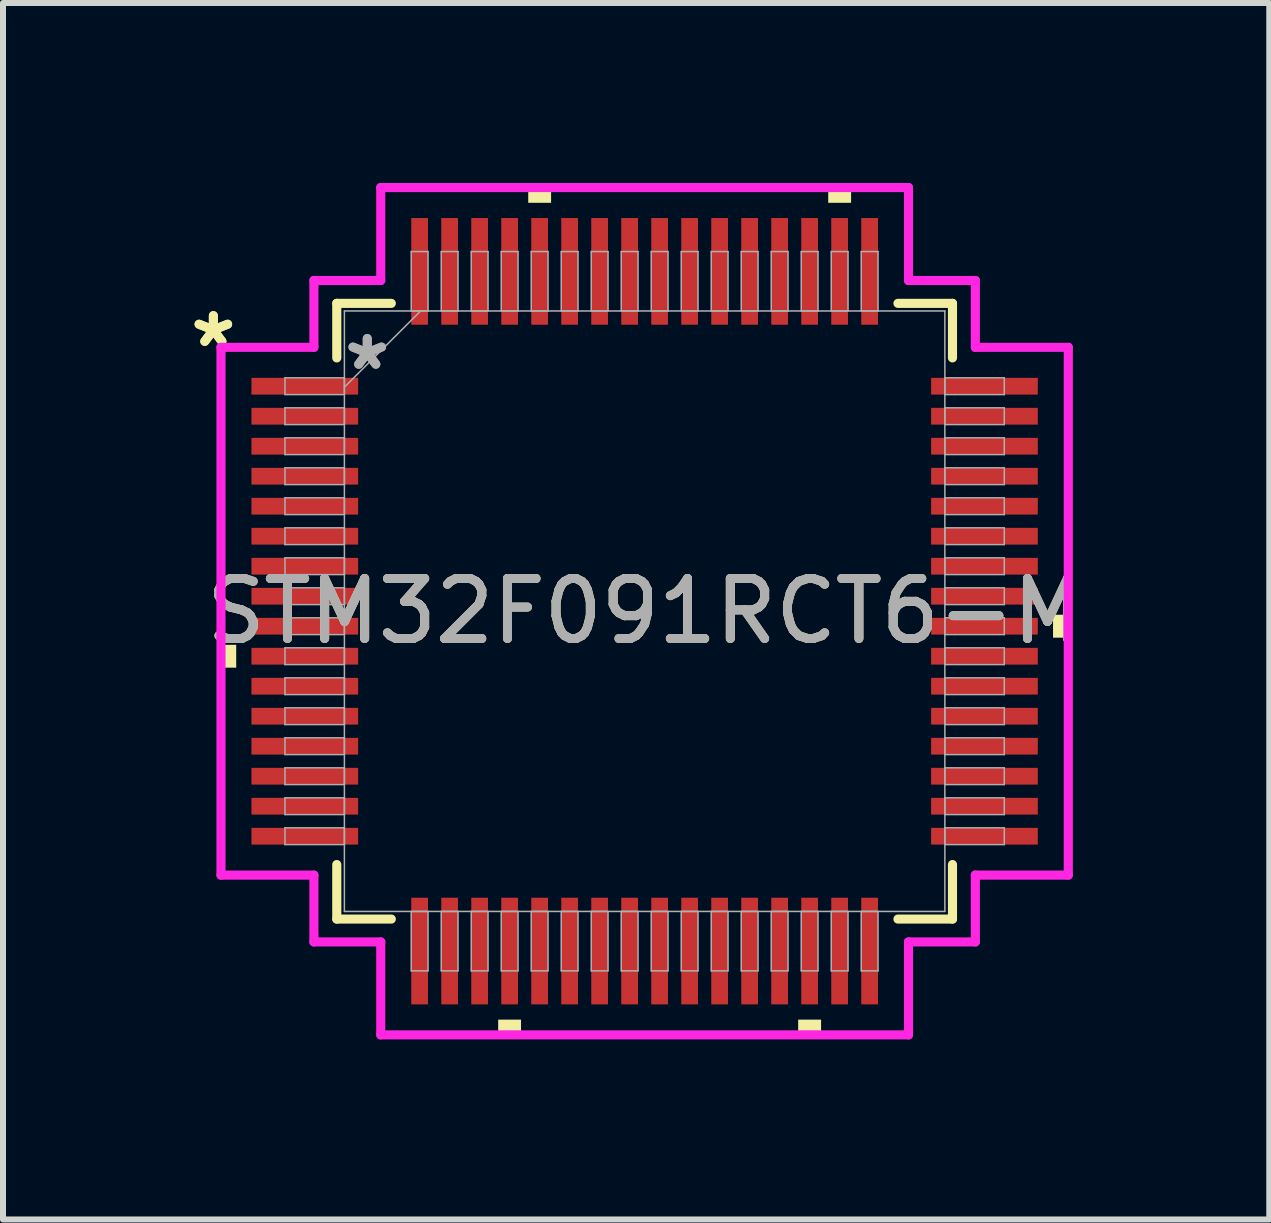
<source format=kicad_pcb>
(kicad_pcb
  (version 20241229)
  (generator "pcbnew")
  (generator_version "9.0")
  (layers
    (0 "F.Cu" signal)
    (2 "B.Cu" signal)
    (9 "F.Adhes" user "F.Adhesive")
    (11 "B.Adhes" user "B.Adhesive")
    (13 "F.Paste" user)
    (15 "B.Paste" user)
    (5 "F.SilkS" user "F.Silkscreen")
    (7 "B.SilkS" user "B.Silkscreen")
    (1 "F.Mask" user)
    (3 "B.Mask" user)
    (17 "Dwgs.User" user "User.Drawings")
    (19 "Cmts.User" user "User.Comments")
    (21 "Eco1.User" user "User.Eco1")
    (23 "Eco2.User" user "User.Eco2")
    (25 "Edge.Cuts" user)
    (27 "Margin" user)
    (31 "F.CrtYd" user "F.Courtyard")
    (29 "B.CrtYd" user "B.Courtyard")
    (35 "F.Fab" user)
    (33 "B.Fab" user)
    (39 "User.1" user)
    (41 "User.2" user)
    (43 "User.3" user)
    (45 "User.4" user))
  (footprint "STM32F091RCT6-M"
    (layer "F.Cu")
    (at 7.694 7.137)
    (property "Reference" "STM32F091RCT6-M" (at 0 0 0) (unlocked yes) (layer "F.SilkS") (effects (font (size 1 1) (thickness 0.15))))
    (attr smd)
    (fp_line (start -5.131 -5.131) (end -5.131 -4.222) (stroke (width 0.152) (type solid)) (layer "F.SilkS"))
    (fp_line (start -5.131 4.222) (end -5.131 5.131) (stroke (width 0.152) (type solid)) (layer "F.SilkS"))
    (fp_line (start -5.131 5.131) (end -4.222 5.131) (stroke (width 0.152) (type solid)) (layer "F.SilkS"))
    (fp_line (start -4.222 -5.131) (end -5.131 -5.131) (stroke (width 0.152) (type solid)) (layer "F.SilkS"))
    (fp_line (start 4.222 5.131) (end 5.131 5.131) (stroke (width 0.152) (type solid)) (layer "F.SilkS"))
    (fp_line (start 5.131 -5.131) (end 4.222 -5.131) (stroke (width 0.152) (type solid)) (layer "F.SilkS"))
    (fp_line (start 5.131 -4.222) (end 5.131 -5.131) (stroke (width 0.152) (type solid)) (layer "F.SilkS"))
    (fp_line (start 5.131 5.131) (end 5.131 4.222) (stroke (width 0.152) (type solid)) (layer "F.SilkS"))
    (fp_poly (pts (xy -7.061 0.56) (xy -7.061 0.941) (xy -6.807 0.941) (xy -6.807 0.56)) (stroke (width 0) (type solid)) (fill yes) (layer "F.SilkS"))
    (fp_poly (pts (xy -2.441 6.807) (xy -2.441 7.061) (xy -2.06 7.061) (xy -2.06 6.807)) (stroke (width 0) (type solid)) (fill yes) (layer "F.SilkS"))
    (fp_poly (pts (xy -1.94 -6.807) (xy -1.94 -7.061) (xy -1.559 -7.061) (xy -1.559 -6.807)) (stroke (width 0) (type solid)) (fill yes) (layer "F.SilkS"))
    (fp_poly (pts (xy 2.559 6.807) (xy 2.559 7.061) (xy 2.941 7.061) (xy 2.941 6.807)) (stroke (width 0) (type solid)) (fill yes) (layer "F.SilkS"))
    (fp_poly (pts (xy 3.06 -6.807) (xy 3.06 -7.061) (xy 3.441 -7.061) (xy 3.441 -6.807)) (stroke (width 0) (type solid)) (fill yes) (layer "F.SilkS"))
    (fp_poly (pts (xy 7.061 0.059) (xy 7.061 0.441) (xy 6.807 0.441) (xy 6.807 0.059)) (stroke (width 0) (type solid)) (fill yes) (layer "F.SilkS"))
    (fp_line (start -7.061 -4.398) (end -5.512 -4.398) (stroke (width 0.152) (type solid)) (layer "F.CrtYd"))
    (fp_line (start -7.061 4.398) (end -7.061 -4.398) (stroke (width 0.152) (type solid)) (layer "F.CrtYd"))
    (fp_line (start -5.512 -5.512) (end -4.398 -5.512) (stroke (width 0.152) (type solid)) (layer "F.CrtYd"))
    (fp_line (start -5.512 -4.398) (end -5.512 -5.512) (stroke (width 0.152) (type solid)) (layer "F.CrtYd"))
    (fp_line (start -5.512 4.398) (end -7.061 4.398) (stroke (width 0.152) (type solid)) (layer "F.CrtYd"))
    (fp_line (start -5.512 5.512) (end -5.512 4.398) (stroke (width 0.152) (type solid)) (layer "F.CrtYd"))
    (fp_line (start -5.512 5.512) (end -4.398 5.512) (stroke (width 0.152) (type solid)) (layer "F.CrtYd"))
    (fp_line (start -4.398 -7.061) (end 4.398 -7.061) (stroke (width 0.152) (type solid)) (layer "F.CrtYd"))
    (fp_line (start -4.398 -5.512) (end -4.398 -7.061) (stroke (width 0.152) (type solid)) (layer "F.CrtYd"))
    (fp_line (start -4.398 5.512) (end -4.398 7.061) (stroke (width 0.152) (type solid)) (layer "F.CrtYd"))
    (fp_line (start -4.398 7.061) (end 4.398 7.061) (stroke (width 0.152) (type solid)) (layer "F.CrtYd"))
    (fp_line (start 4.398 -7.061) (end 4.398 -5.512) (stroke (width 0.152) (type solid)) (layer "F.CrtYd"))
    (fp_line (start 4.398 -5.512) (end 5.512 -5.512) (stroke (width 0.152) (type solid)) (layer "F.CrtYd"))
    (fp_line (start 4.398 5.512) (end 5.512 5.512) (stroke (width 0.152) (type solid)) (layer "F.CrtYd"))
    (fp_line (start 4.398 7.061) (end 4.398 5.512) (stroke (width 0.152) (type solid)) (layer "F.CrtYd"))
    (fp_line (start 5.512 -4.398) (end 5.512 -5.512) (stroke (width 0.152) (type solid)) (layer "F.CrtYd"))
    (fp_line (start 5.512 4.398) (end 7.061 4.398) (stroke (width 0.152) (type solid)) (layer "F.CrtYd"))
    (fp_line (start 5.512 5.512) (end 5.512 4.398) (stroke (width 0.152) (type solid)) (layer "F.CrtYd"))
    (fp_line (start 7.061 -4.398) (end 5.512 -4.398) (stroke (width 0.152) (type solid)) (layer "F.CrtYd"))
    (fp_line (start 7.061 4.398) (end 7.061 -4.398) (stroke (width 0.152) (type solid)) (layer "F.CrtYd"))
    (fp_line (start -5.994 -3.89) (end -5.994 -3.61) (stroke (width 0.025) (type solid)) (layer "F.Fab"))
    (fp_line (start -5.994 -3.61) (end -5.004 -3.61) (stroke (width 0.025) (type solid)) (layer "F.Fab"))
    (fp_line (start -5.994 -3.39) (end -5.994 -3.11) (stroke (width 0.025) (type solid)) (layer "F.Fab"))
    (fp_line (start -5.994 -3.11) (end -5.004 -3.11) (stroke (width 0.025) (type solid)) (layer "F.Fab"))
    (fp_line (start -5.994 -2.89) (end -5.994 -2.61) (stroke (width 0.025) (type solid)) (layer "F.Fab"))
    (fp_line (start -5.994 -2.61) (end -5.004 -2.61) (stroke (width 0.025) (type solid)) (layer "F.Fab"))
    (fp_line (start -5.994 -2.39) (end -5.994 -2.11) (stroke (width 0.025) (type solid)) (layer "F.Fab"))
    (fp_line (start -5.994 -2.11) (end -5.004 -2.11) (stroke (width 0.025) (type solid)) (layer "F.Fab"))
    (fp_line (start -5.994 -1.89) (end -5.994 -1.61) (stroke (width 0.025) (type solid)) (layer "F.Fab"))
    (fp_line (start -5.994 -1.61) (end -5.004 -1.61) (stroke (width 0.025) (type solid)) (layer "F.Fab"))
    (fp_line (start -5.994 -1.39) (end -5.994 -1.11) (stroke (width 0.025) (type solid)) (layer "F.Fab"))
    (fp_line (start -5.994 -1.11) (end -5.004 -1.11) (stroke (width 0.025) (type solid)) (layer "F.Fab"))
    (fp_line (start -5.994 -0.89) (end -5.994 -0.61) (stroke (width 0.025) (type solid)) (layer "F.Fab"))
    (fp_line (start -5.994 -0.61) (end -5.004 -0.61) (stroke (width 0.025) (type solid)) (layer "F.Fab"))
    (fp_line (start -5.994 -0.39) (end -5.994 -0.11) (stroke (width 0.025) (type solid)) (layer "F.Fab"))
    (fp_line (start -5.994 -0.11) (end -5.004 -0.11) (stroke (width 0.025) (type solid)) (layer "F.Fab"))
    (fp_line (start -5.994 0.11) (end -5.994 0.39) (stroke (width 0.025) (type solid)) (layer "F.Fab"))
    (fp_line (start -5.994 0.39) (end -5.004 0.39) (stroke (width 0.025) (type solid)) (layer "F.Fab"))
    (fp_line (start -5.994 0.61) (end -5.994 0.89) (stroke (width 0.025) (type solid)) (layer "F.Fab"))
    (fp_line (start -5.994 0.89) (end -5.004 0.89) (stroke (width 0.025) (type solid)) (layer "F.Fab"))
    (fp_line (start -5.994 1.11) (end -5.994 1.39) (stroke (width 0.025) (type solid)) (layer "F.Fab"))
    (fp_line (start -5.994 1.39) (end -5.004 1.39) (stroke (width 0.025) (type solid)) (layer "F.Fab"))
    (fp_line (start -5.994 1.61) (end -5.994 1.89) (stroke (width 0.025) (type solid)) (layer "F.Fab"))
    (fp_line (start -5.994 1.89) (end -5.004 1.89) (stroke (width 0.025) (type solid)) (layer "F.Fab"))
    (fp_line (start -5.994 2.11) (end -5.994 2.39) (stroke (width 0.025) (type solid)) (layer "F.Fab"))
    (fp_line (start -5.994 2.39) (end -5.004 2.39) (stroke (width 0.025) (type solid)) (layer "F.Fab"))
    (fp_line (start -5.994 2.61) (end -5.994 2.89) (stroke (width 0.025) (type solid)) (layer "F.Fab"))
    (fp_line (start -5.994 2.89) (end -5.004 2.89) (stroke (width 0.025) (type solid)) (layer "F.Fab"))
    (fp_line (start -5.994 3.11) (end -5.994 3.39) (stroke (width 0.025) (type solid)) (layer "F.Fab"))
    (fp_line (start -5.994 3.39) (end -5.004 3.39) (stroke (width 0.025) (type solid)) (layer "F.Fab"))
    (fp_line (start -5.994 3.61) (end -5.994 3.89) (stroke (width 0.025) (type solid)) (layer "F.Fab"))
    (fp_line (start -5.994 3.89) (end -5.004 3.89) (stroke (width 0.025) (type solid)) (layer "F.Fab"))
    (fp_line (start -5.004 -5.004) (end -5.004 5.004) (stroke (width 0.025) (type solid)) (layer "F.Fab"))
    (fp_line (start -5.004 -3.89) (end -5.994 -3.89) (stroke (width 0.025) (type solid)) (layer "F.Fab"))
    (fp_line (start -5.004 -3.734) (end -3.734 -5.004) (stroke (width 0.025) (type solid)) (layer "F.Fab"))
    (fp_line (start -5.004 -3.61) (end -5.004 -3.89) (stroke (width 0.025) (type solid)) (layer "F.Fab"))
    (fp_line (start -5.004 -3.39) (end -5.994 -3.39) (stroke (width 0.025) (type solid)) (layer "F.Fab"))
    (fp_line (start -5.004 -3.11) (end -5.004 -3.39) (stroke (width 0.025) (type solid)) (layer "F.Fab"))
    (fp_line (start -5.004 -2.89) (end -5.994 -2.89) (stroke (width 0.025) (type solid)) (layer "F.Fab"))
    (fp_line (start -5.004 -2.61) (end -5.004 -2.89) (stroke (width 0.025) (type solid)) (layer "F.Fab"))
    (fp_line (start -5.004 -2.39) (end -5.994 -2.39) (stroke (width 0.025) (type solid)) (layer "F.Fab"))
    (fp_line (start -5.004 -2.11) (end -5.004 -2.39) (stroke (width 0.025) (type solid)) (layer "F.Fab"))
    (fp_line (start -5.004 -1.89) (end -5.994 -1.89) (stroke (width 0.025) (type solid)) (layer "F.Fab"))
    (fp_line (start -5.004 -1.61) (end -5.004 -1.89) (stroke (width 0.025) (type solid)) (layer "F.Fab"))
    (fp_line (start -5.004 -1.39) (end -5.994 -1.39) (stroke (width 0.025) (type solid)) (layer "F.Fab"))
    (fp_line (start -5.004 -1.11) (end -5.004 -1.39) (stroke (width 0.025) (type solid)) (layer "F.Fab"))
    (fp_line (start -5.004 -0.89) (end -5.994 -0.89) (stroke (width 0.025) (type solid)) (layer "F.Fab"))
    (fp_line (start -5.004 -0.61) (end -5.004 -0.89) (stroke (width 0.025) (type solid)) (layer "F.Fab"))
    (fp_line (start -5.004 -0.39) (end -5.994 -0.39) (stroke (width 0.025) (type solid)) (layer "F.Fab"))
    (fp_line (start -5.004 -0.11) (end -5.004 -0.39) (stroke (width 0.025) (type solid)) (layer "F.Fab"))
    (fp_line (start -5.004 0.11) (end -5.994 0.11) (stroke (width 0.025) (type solid)) (layer "F.Fab"))
    (fp_line (start -5.004 0.39) (end -5.004 0.11) (stroke (width 0.025) (type solid)) (layer "F.Fab"))
    (fp_line (start -5.004 0.61) (end -5.994 0.61) (stroke (width 0.025) (type solid)) (layer "F.Fab"))
    (fp_line (start -5.004 0.89) (end -5.004 0.61) (stroke (width 0.025) (type solid)) (layer "F.Fab"))
    (fp_line (start -5.004 1.11) (end -5.994 1.11) (stroke (width 0.025) (type solid)) (layer "F.Fab"))
    (fp_line (start -5.004 1.39) (end -5.004 1.11) (stroke (width 0.025) (type solid)) (layer "F.Fab"))
    (fp_line (start -5.004 1.61) (end -5.994 1.61) (stroke (width 0.025) (type solid)) (layer "F.Fab"))
    (fp_line (start -5.004 1.89) (end -5.004 1.61) (stroke (width 0.025) (type solid)) (layer "F.Fab"))
    (fp_line (start -5.004 2.11) (end -5.994 2.11) (stroke (width 0.025) (type solid)) (layer "F.Fab"))
    (fp_line (start -5.004 2.39) (end -5.004 2.11) (stroke (width 0.025) (type solid)) (layer "F.Fab"))
    (fp_line (start -5.004 2.61) (end -5.994 2.61) (stroke (width 0.025) (type solid)) (layer "F.Fab"))
    (fp_line (start -5.004 2.89) (end -5.004 2.61) (stroke (width 0.025) (type solid)) (layer "F.Fab"))
    (fp_line (start -5.004 3.11) (end -5.994 3.11) (stroke (width 0.025) (type solid)) (layer "F.Fab"))
    (fp_line (start -5.004 3.39) (end -5.004 3.11) (stroke (width 0.025) (type solid)) (layer "F.Fab"))
    (fp_line (start -5.004 3.61) (end -5.994 3.61) (stroke (width 0.025) (type solid)) (layer "F.Fab"))
    (fp_line (start -5.004 3.89) (end -5.004 3.61) (stroke (width 0.025) (type solid)) (layer "F.Fab"))
    (fp_line (start -5.004 5.004) (end 5.004 5.004) (stroke (width 0.025) (type solid)) (layer "F.Fab"))
    (fp_line (start -3.89 -5.994) (end -3.89 -5.004) (stroke (width 0.025) (type solid)) (layer "F.Fab"))
    (fp_line (start -3.89 -5.004) (end -3.61 -5.004) (stroke (width 0.025) (type solid)) (layer "F.Fab"))
    (fp_line (start -3.89 5.004) (end -3.89 5.994) (stroke (width 0.025) (type solid)) (layer "F.Fab"))
    (fp_line (start -3.89 5.994) (end -3.61 5.994) (stroke (width 0.025) (type solid)) (layer "F.Fab"))
    (fp_line (start -3.61 -5.994) (end -3.89 -5.994) (stroke (width 0.025) (type solid)) (layer "F.Fab"))
    (fp_line (start -3.61 -5.004) (end -3.61 -5.994) (stroke (width 0.025) (type solid)) (layer "F.Fab"))
    (fp_line (start -3.61 5.004) (end -3.89 5.004) (stroke (width 0.025) (type solid)) (layer "F.Fab"))
    (fp_line (start -3.61 5.994) (end -3.61 5.004) (stroke (width 0.025) (type solid)) (layer "F.Fab"))
    (fp_line (start -3.39 -5.994) (end -3.39 -5.004) (stroke (width 0.025) (type solid)) (layer "F.Fab"))
    (fp_line (start -3.39 -5.004) (end -3.11 -5.004) (stroke (width 0.025) (type solid)) (layer "F.Fab"))
    (fp_line (start -3.39 5.004) (end -3.39 5.994) (stroke (width 0.025) (type solid)) (layer "F.Fab"))
    (fp_line (start -3.39 5.994) (end -3.11 5.994) (stroke (width 0.025) (type solid)) (layer "F.Fab"))
    (fp_line (start -3.11 -5.994) (end -3.39 -5.994) (stroke (width 0.025) (type solid)) (layer "F.Fab"))
    (fp_line (start -3.11 -5.004) (end -3.11 -5.994) (stroke (width 0.025) (type solid)) (layer "F.Fab"))
    (fp_line (start -3.11 5.004) (end -3.39 5.004) (stroke (width 0.025) (type solid)) (layer "F.Fab"))
    (fp_line (start -3.11 5.994) (end -3.11 5.004) (stroke (width 0.025) (type solid)) (layer "F.Fab"))
    (fp_line (start -2.89 -5.994) (end -2.89 -5.004) (stroke (width 0.025) (type solid)) (layer "F.Fab"))
    (fp_line (start -2.89 -5.004) (end -2.61 -5.004) (stroke (width 0.025) (type solid)) (layer "F.Fab"))
    (fp_line (start -2.89 5.004) (end -2.89 5.994) (stroke (width 0.025) (type solid)) (layer "F.Fab"))
    (fp_line (start -2.89 5.994) (end -2.61 5.994) (stroke (width 0.025) (type solid)) (layer "F.Fab"))
    (fp_line (start -2.61 -5.994) (end -2.89 -5.994) (stroke (width 0.025) (type solid)) (layer "F.Fab"))
    (fp_line (start -2.61 -5.004) (end -2.61 -5.994) (stroke (width 0.025) (type solid)) (layer "F.Fab"))
    (fp_line (start -2.61 5.004) (end -2.89 5.004) (stroke (width 0.025) (type solid)) (layer "F.Fab"))
    (fp_line (start -2.61 5.994) (end -2.61 5.004) (stroke (width 0.025) (type solid)) (layer "F.Fab"))
    (fp_line (start -2.39 -5.994) (end -2.39 -5.004) (stroke (width 0.025) (type solid)) (layer "F.Fab"))
    (fp_line (start -2.39 -5.004) (end -2.11 -5.004) (stroke (width 0.025) (type solid)) (layer "F.Fab"))
    (fp_line (start -2.39 5.004) (end -2.39 5.994) (stroke (width 0.025) (type solid)) (layer "F.Fab"))
    (fp_line (start -2.39 5.994) (end -2.11 5.994) (stroke (width 0.025) (type solid)) (layer "F.Fab"))
    (fp_line (start -2.11 -5.994) (end -2.39 -5.994) (stroke (width 0.025) (type solid)) (layer "F.Fab"))
    (fp_line (start -2.11 -5.004) (end -2.11 -5.994) (stroke (width 0.025) (type solid)) (layer "F.Fab"))
    (fp_line (start -2.11 5.004) (end -2.39 5.004) (stroke (width 0.025) (type solid)) (layer "F.Fab"))
    (fp_line (start -2.11 5.994) (end -2.11 5.004) (stroke (width 0.025) (type solid)) (layer "F.Fab"))
    (fp_line (start -1.89 -5.994) (end -1.89 -5.004) (stroke (width 0.025) (type solid)) (layer "F.Fab"))
    (fp_line (start -1.89 -5.004) (end -1.61 -5.004) (stroke (width 0.025) (type solid)) (layer "F.Fab"))
    (fp_line (start -1.89 5.004) (end -1.89 5.994) (stroke (width 0.025) (type solid)) (layer "F.Fab"))
    (fp_line (start -1.89 5.994) (end -1.61 5.994) (stroke (width 0.025) (type solid)) (layer "F.Fab"))
    (fp_line (start -1.61 -5.994) (end -1.89 -5.994) (stroke (width 0.025) (type solid)) (layer "F.Fab"))
    (fp_line (start -1.61 -5.004) (end -1.61 -5.994) (stroke (width 0.025) (type solid)) (layer "F.Fab"))
    (fp_line (start -1.61 5.004) (end -1.89 5.004) (stroke (width 0.025) (type solid)) (layer "F.Fab"))
    (fp_line (start -1.61 5.994) (end -1.61 5.004) (stroke (width 0.025) (type solid)) (layer "F.Fab"))
    (fp_line (start -1.39 -5.994) (end -1.39 -5.004) (stroke (width 0.025) (type solid)) (layer "F.Fab"))
    (fp_line (start -1.39 -5.004) (end -1.11 -5.004) (stroke (width 0.025) (type solid)) (layer "F.Fab"))
    (fp_line (start -1.39 5.004) (end -1.39 5.994) (stroke (width 0.025) (type solid)) (layer "F.Fab"))
    (fp_line (start -1.39 5.994) (end -1.11 5.994) (stroke (width 0.025) (type solid)) (layer "F.Fab"))
    (fp_line (start -1.11 -5.994) (end -1.39 -5.994) (stroke (width 0.025) (type solid)) (layer "F.Fab"))
    (fp_line (start -1.11 -5.004) (end -1.11 -5.994) (stroke (width 0.025) (type solid)) (layer "F.Fab"))
    (fp_line (start -1.11 5.004) (end -1.39 5.004) (stroke (width 0.025) (type solid)) (layer "F.Fab"))
    (fp_line (start -1.11 5.994) (end -1.11 5.004) (stroke (width 0.025) (type solid)) (layer "F.Fab"))
    (fp_line (start -0.89 -5.994) (end -0.89 -5.004) (stroke (width 0.025) (type solid)) (layer "F.Fab"))
    (fp_line (start -0.89 -5.004) (end -0.61 -5.004) (stroke (width 0.025) (type solid)) (layer "F.Fab"))
    (fp_line (start -0.89 5.004) (end -0.89 5.994) (stroke (width 0.025) (type solid)) (layer "F.Fab"))
    (fp_line (start -0.89 5.994) (end -0.61 5.994) (stroke (width 0.025) (type solid)) (layer "F.Fab"))
    (fp_line (start -0.61 -5.994) (end -0.89 -5.994) (stroke (width 0.025) (type solid)) (layer "F.Fab"))
    (fp_line (start -0.61 -5.004) (end -0.61 -5.994) (stroke (width 0.025) (type solid)) (layer "F.Fab"))
    (fp_line (start -0.61 5.004) (end -0.89 5.004) (stroke (width 0.025) (type solid)) (layer "F.Fab"))
    (fp_line (start -0.61 5.994) (end -0.61 5.004) (stroke (width 0.025) (type solid)) (layer "F.Fab"))
    (fp_line (start -0.39 -5.994) (end -0.39 -5.004) (stroke (width 0.025) (type solid)) (layer "F.Fab"))
    (fp_line (start -0.39 -5.004) (end -0.11 -5.004) (stroke (width 0.025) (type solid)) (layer "F.Fab"))
    (fp_line (start -0.39 5.004) (end -0.39 5.994) (stroke (width 0.025) (type solid)) (layer "F.Fab"))
    (fp_line (start -0.39 5.994) (end -0.11 5.994) (stroke (width 0.025) (type solid)) (layer "F.Fab"))
    (fp_line (start -0.11 -5.994) (end -0.39 -5.994) (stroke (width 0.025) (type solid)) (layer "F.Fab"))
    (fp_line (start -0.11 -5.004) (end -0.11 -5.994) (stroke (width 0.025) (type solid)) (layer "F.Fab"))
    (fp_line (start -0.11 5.004) (end -0.39 5.004) (stroke (width 0.025) (type solid)) (layer "F.Fab"))
    (fp_line (start -0.11 5.994) (end -0.11 5.004) (stroke (width 0.025) (type solid)) (layer "F.Fab"))
    (fp_line (start 0.11 -5.994) (end 0.11 -5.004) (stroke (width 0.025) (type solid)) (layer "F.Fab"))
    (fp_line (start 0.11 -5.004) (end 0.39 -5.004) (stroke (width 0.025) (type solid)) (layer "F.Fab"))
    (fp_line (start 0.11 5.004) (end 0.11 5.994) (stroke (width 0.025) (type solid)) (layer "F.Fab"))
    (fp_line (start 0.11 5.994) (end 0.39 5.994) (stroke (width 0.025) (type solid)) (layer "F.Fab"))
    (fp_line (start 0.39 -5.994) (end 0.11 -5.994) (stroke (width 0.025) (type solid)) (layer "F.Fab"))
    (fp_line (start 0.39 -5.004) (end 0.39 -5.994) (stroke (width 0.025) (type solid)) (layer "F.Fab"))
    (fp_line (start 0.39 5.004) (end 0.11 5.004) (stroke (width 0.025) (type solid)) (layer "F.Fab"))
    (fp_line (start 0.39 5.994) (end 0.39 5.004) (stroke (width 0.025) (type solid)) (layer "F.Fab"))
    (fp_line (start 0.61 -5.994) (end 0.61 -5.004) (stroke (width 0.025) (type solid)) (layer "F.Fab"))
    (fp_line (start 0.61 -5.004) (end 0.89 -5.004) (stroke (width 0.025) (type solid)) (layer "F.Fab"))
    (fp_line (start 0.61 5.004) (end 0.61 5.994) (stroke (width 0.025) (type solid)) (layer "F.Fab"))
    (fp_line (start 0.61 5.994) (end 0.89 5.994) (stroke (width 0.025) (type solid)) (layer "F.Fab"))
    (fp_line (start 0.89 -5.994) (end 0.61 -5.994) (stroke (width 0.025) (type solid)) (layer "F.Fab"))
    (fp_line (start 0.89 -5.004) (end 0.89 -5.994) (stroke (width 0.025) (type solid)) (layer "F.Fab"))
    (fp_line (start 0.89 5.004) (end 0.61 5.004) (stroke (width 0.025) (type solid)) (layer "F.Fab"))
    (fp_line (start 0.89 5.994) (end 0.89 5.004) (stroke (width 0.025) (type solid)) (layer "F.Fab"))
    (fp_line (start 1.11 -5.994) (end 1.11 -5.004) (stroke (width 0.025) (type solid)) (layer "F.Fab"))
    (fp_line (start 1.11 -5.004) (end 1.39 -5.004) (stroke (width 0.025) (type solid)) (layer "F.Fab"))
    (fp_line (start 1.11 5.004) (end 1.11 5.994) (stroke (width 0.025) (type solid)) (layer "F.Fab"))
    (fp_line (start 1.11 5.994) (end 1.39 5.994) (stroke (width 0.025) (type solid)) (layer "F.Fab"))
    (fp_line (start 1.39 -5.994) (end 1.11 -5.994) (stroke (width 0.025) (type solid)) (layer "F.Fab"))
    (fp_line (start 1.39 -5.004) (end 1.39 -5.994) (stroke (width 0.025) (type solid)) (layer "F.Fab"))
    (fp_line (start 1.39 5.004) (end 1.11 5.004) (stroke (width 0.025) (type solid)) (layer "F.Fab"))
    (fp_line (start 1.39 5.994) (end 1.39 5.004) (stroke (width 0.025) (type solid)) (layer "F.Fab"))
    (fp_line (start 1.61 -5.994) (end 1.61 -5.004) (stroke (width 0.025) (type solid)) (layer "F.Fab"))
    (fp_line (start 1.61 -5.004) (end 1.89 -5.004) (stroke (width 0.025) (type solid)) (layer "F.Fab"))
    (fp_line (start 1.61 5.004) (end 1.61 5.994) (stroke (width 0.025) (type solid)) (layer "F.Fab"))
    (fp_line (start 1.61 5.994) (end 1.89 5.994) (stroke (width 0.025) (type solid)) (layer "F.Fab"))
    (fp_line (start 1.89 -5.994) (end 1.61 -5.994) (stroke (width 0.025) (type solid)) (layer "F.Fab"))
    (fp_line (start 1.89 -5.004) (end 1.89 -5.994) (stroke (width 0.025) (type solid)) (layer "F.Fab"))
    (fp_line (start 1.89 5.004) (end 1.61 5.004) (stroke (width 0.025) (type solid)) (layer "F.Fab"))
    (fp_line (start 1.89 5.994) (end 1.89 5.004) (stroke (width 0.025) (type solid)) (layer "F.Fab"))
    (fp_line (start 2.11 -5.994) (end 2.11 -5.004) (stroke (width 0.025) (type solid)) (layer "F.Fab"))
    (fp_line (start 2.11 -5.004) (end 2.39 -5.004) (stroke (width 0.025) (type solid)) (layer "F.Fab"))
    (fp_line (start 2.11 5.004) (end 2.11 5.994) (stroke (width 0.025) (type solid)) (layer "F.Fab"))
    (fp_line (start 2.11 5.994) (end 2.39 5.994) (stroke (width 0.025) (type solid)) (layer "F.Fab"))
    (fp_line (start 2.39 -5.994) (end 2.11 -5.994) (stroke (width 0.025) (type solid)) (layer "F.Fab"))
    (fp_line (start 2.39 -5.004) (end 2.39 -5.994) (stroke (width 0.025) (type solid)) (layer "F.Fab"))
    (fp_line (start 2.39 5.004) (end 2.11 5.004) (stroke (width 0.025) (type solid)) (layer "F.Fab"))
    (fp_line (start 2.39 5.994) (end 2.39 5.004) (stroke (width 0.025) (type solid)) (layer "F.Fab"))
    (fp_line (start 2.61 -5.994) (end 2.61 -5.004) (stroke (width 0.025) (type solid)) (layer "F.Fab"))
    (fp_line (start 2.61 -5.004) (end 2.89 -5.004) (stroke (width 0.025) (type solid)) (layer "F.Fab"))
    (fp_line (start 2.61 5.004) (end 2.61 5.994) (stroke (width 0.025) (type solid)) (layer "F.Fab"))
    (fp_line (start 2.61 5.994) (end 2.89 5.994) (stroke (width 0.025) (type solid)) (layer "F.Fab"))
    (fp_line (start 2.89 -5.994) (end 2.61 -5.994) (stroke (width 0.025) (type solid)) (layer "F.Fab"))
    (fp_line (start 2.89 -5.004) (end 2.89 -5.994) (stroke (width 0.025) (type solid)) (layer "F.Fab"))
    (fp_line (start 2.89 5.004) (end 2.61 5.004) (stroke (width 0.025) (type solid)) (layer "F.Fab"))
    (fp_line (start 2.89 5.994) (end 2.89 5.004) (stroke (width 0.025) (type solid)) (layer "F.Fab"))
    (fp_line (start 3.11 -5.994) (end 3.11 -5.004) (stroke (width 0.025) (type solid)) (layer "F.Fab"))
    (fp_line (start 3.11 -5.004) (end 3.39 -5.004) (stroke (width 0.025) (type solid)) (layer "F.Fab"))
    (fp_line (start 3.11 5.004) (end 3.11 5.994) (stroke (width 0.025) (type solid)) (layer "F.Fab"))
    (fp_line (start 3.11 5.994) (end 3.39 5.994) (stroke (width 0.025) (type solid)) (layer "F.Fab"))
    (fp_line (start 3.39 -5.994) (end 3.11 -5.994) (stroke (width 0.025) (type solid)) (layer "F.Fab"))
    (fp_line (start 3.39 -5.004) (end 3.39 -5.994) (stroke (width 0.025) (type solid)) (layer "F.Fab"))
    (fp_line (start 3.39 5.004) (end 3.11 5.004) (stroke (width 0.025) (type solid)) (layer "F.Fab"))
    (fp_line (start 3.39 5.994) (end 3.39 5.004) (stroke (width 0.025) (type solid)) (layer "F.Fab"))
    (fp_line (start 3.61 -5.994) (end 3.61 -5.004) (stroke (width 0.025) (type solid)) (layer "F.Fab"))
    (fp_line (start 3.61 -5.004) (end 3.89 -5.004) (stroke (width 0.025) (type solid)) (layer "F.Fab"))
    (fp_line (start 3.61 5.004) (end 3.61 5.994) (stroke (width 0.025) (type solid)) (layer "F.Fab"))
    (fp_line (start 3.61 5.994) (end 3.89 5.994) (stroke (width 0.025) (type solid)) (layer "F.Fab"))
    (fp_line (start 3.89 -5.994) (end 3.61 -5.994) (stroke (width 0.025) (type solid)) (layer "F.Fab"))
    (fp_line (start 3.89 -5.004) (end 3.89 -5.994) (stroke (width 0.025) (type solid)) (layer "F.Fab"))
    (fp_line (start 3.89 5.004) (end 3.61 5.004) (stroke (width 0.025) (type solid)) (layer "F.Fab"))
    (fp_line (start 3.89 5.994) (end 3.89 5.004) (stroke (width 0.025) (type solid)) (layer "F.Fab"))
    (fp_line (start 5.004 -5.004) (end -5.004 -5.004) (stroke (width 0.025) (type solid)) (layer "F.Fab"))
    (fp_line (start 5.004 -3.89) (end 5.004 -3.61) (stroke (width 0.025) (type solid)) (layer "F.Fab"))
    (fp_line (start 5.004 -3.61) (end 5.994 -3.61) (stroke (width 0.025) (type solid)) (layer "F.Fab"))
    (fp_line (start 5.004 -3.39) (end 5.004 -3.11) (stroke (width 0.025) (type solid)) (layer "F.Fab"))
    (fp_line (start 5.004 -3.11) (end 5.994 -3.11) (stroke (width 0.025) (type solid)) (layer "F.Fab"))
    (fp_line (start 5.004 -2.89) (end 5.004 -2.61) (stroke (width 0.025) (type solid)) (layer "F.Fab"))
    (fp_line (start 5.004 -2.61) (end 5.994 -2.61) (stroke (width 0.025) (type solid)) (layer "F.Fab"))
    (fp_line (start 5.004 -2.39) (end 5.004 -2.11) (stroke (width 0.025) (type solid)) (layer "F.Fab"))
    (fp_line (start 5.004 -2.11) (end 5.994 -2.11) (stroke (width 0.025) (type solid)) (layer "F.Fab"))
    (fp_line (start 5.004 -1.89) (end 5.004 -1.61) (stroke (width 0.025) (type solid)) (layer "F.Fab"))
    (fp_line (start 5.004 -1.61) (end 5.994 -1.61) (stroke (width 0.025) (type solid)) (layer "F.Fab"))
    (fp_line (start 5.004 -1.39) (end 5.004 -1.11) (stroke (width 0.025) (type solid)) (layer "F.Fab"))
    (fp_line (start 5.004 -1.11) (end 5.994 -1.11) (stroke (width 0.025) (type solid)) (layer "F.Fab"))
    (fp_line (start 5.004 -0.89) (end 5.004 -0.61) (stroke (width 0.025) (type solid)) (layer "F.Fab"))
    (fp_line (start 5.004 -0.61) (end 5.994 -0.61) (stroke (width 0.025) (type solid)) (layer "F.Fab"))
    (fp_line (start 5.004 -0.39) (end 5.004 -0.11) (stroke (width 0.025) (type solid)) (layer "F.Fab"))
    (fp_line (start 5.004 -0.11) (end 5.994 -0.11) (stroke (width 0.025) (type solid)) (layer "F.Fab"))
    (fp_line (start 5.004 0.11) (end 5.004 0.39) (stroke (width 0.025) (type solid)) (layer "F.Fab"))
    (fp_line (start 5.004 0.39) (end 5.994 0.39) (stroke (width 0.025) (type solid)) (layer "F.Fab"))
    (fp_line (start 5.004 0.61) (end 5.004 0.89) (stroke (width 0.025) (type solid)) (layer "F.Fab"))
    (fp_line (start 5.004 0.89) (end 5.994 0.89) (stroke (width 0.025) (type solid)) (layer "F.Fab"))
    (fp_line (start 5.004 1.11) (end 5.004 1.39) (stroke (width 0.025) (type solid)) (layer "F.Fab"))
    (fp_line (start 5.004 1.39) (end 5.994 1.39) (stroke (width 0.025) (type solid)) (layer "F.Fab"))
    (fp_line (start 5.004 1.61) (end 5.004 1.89) (stroke (width 0.025) (type solid)) (layer "F.Fab"))
    (fp_line (start 5.004 1.89) (end 5.994 1.89) (stroke (width 0.025) (type solid)) (layer "F.Fab"))
    (fp_line (start 5.004 2.11) (end 5.004 2.39) (stroke (width 0.025) (type solid)) (layer "F.Fab"))
    (fp_line (start 5.004 2.39) (end 5.994 2.39) (stroke (width 0.025) (type solid)) (layer "F.Fab"))
    (fp_line (start 5.004 2.61) (end 5.004 2.89) (stroke (width 0.025) (type solid)) (layer "F.Fab"))
    (fp_line (start 5.004 2.89) (end 5.994 2.89) (stroke (width 0.025) (type solid)) (layer "F.Fab"))
    (fp_line (start 5.004 3.11) (end 5.004 3.39) (stroke (width 0.025) (type solid)) (layer "F.Fab"))
    (fp_line (start 5.004 3.39) (end 5.994 3.39) (stroke (width 0.025) (type solid)) (layer "F.Fab"))
    (fp_line (start 5.004 3.61) (end 5.004 3.89) (stroke (width 0.025) (type solid)) (layer "F.Fab"))
    (fp_line (start 5.004 3.89) (end 5.994 3.89) (stroke (width 0.025) (type solid)) (layer "F.Fab"))
    (fp_line (start 5.004 5.004) (end 5.004 -5.004) (stroke (width 0.025) (type solid)) (layer "F.Fab"))
    (fp_line (start 5.994 -3.89) (end 5.004 -3.89) (stroke (width 0.025) (type solid)) (layer "F.Fab"))
    (fp_line (start 5.994 -3.61) (end 5.994 -3.89) (stroke (width 0.025) (type solid)) (layer "F.Fab"))
    (fp_line (start 5.994 -3.39) (end 5.004 -3.39) (stroke (width 0.025) (type solid)) (layer "F.Fab"))
    (fp_line (start 5.994 -3.11) (end 5.994 -3.39) (stroke (width 0.025) (type solid)) (layer "F.Fab"))
    (fp_line (start 5.994 -2.89) (end 5.004 -2.89) (stroke (width 0.025) (type solid)) (layer "F.Fab"))
    (fp_line (start 5.994 -2.61) (end 5.994 -2.89) (stroke (width 0.025) (type solid)) (layer "F.Fab"))
    (fp_line (start 5.994 -2.39) (end 5.004 -2.39) (stroke (width 0.025) (type solid)) (layer "F.Fab"))
    (fp_line (start 5.994 -2.11) (end 5.994 -2.39) (stroke (width 0.025) (type solid)) (layer "F.Fab"))
    (fp_line (start 5.994 -1.89) (end 5.004 -1.89) (stroke (width 0.025) (type solid)) (layer "F.Fab"))
    (fp_line (start 5.994 -1.61) (end 5.994 -1.89) (stroke (width 0.025) (type solid)) (layer "F.Fab"))
    (fp_line (start 5.994 -1.39) (end 5.004 -1.39) (stroke (width 0.025) (type solid)) (layer "F.Fab"))
    (fp_line (start 5.994 -1.11) (end 5.994 -1.39) (stroke (width 0.025) (type solid)) (layer "F.Fab"))
    (fp_line (start 5.994 -0.89) (end 5.004 -0.89) (stroke (width 0.025) (type solid)) (layer "F.Fab"))
    (fp_line (start 5.994 -0.61) (end 5.994 -0.89) (stroke (width 0.025) (type solid)) (layer "F.Fab"))
    (fp_line (start 5.994 -0.39) (end 5.004 -0.39) (stroke (width 0.025) (type solid)) (layer "F.Fab"))
    (fp_line (start 5.994 -0.11) (end 5.994 -0.39) (stroke (width 0.025) (type solid)) (layer "F.Fab"))
    (fp_line (start 5.994 0.11) (end 5.004 0.11) (stroke (width 0.025) (type solid)) (layer "F.Fab"))
    (fp_line (start 5.994 0.39) (end 5.994 0.11) (stroke (width 0.025) (type solid)) (layer "F.Fab"))
    (fp_line (start 5.994 0.61) (end 5.004 0.61) (stroke (width 0.025) (type solid)) (layer "F.Fab"))
    (fp_line (start 5.994 0.89) (end 5.994 0.61) (stroke (width 0.025) (type solid)) (layer "F.Fab"))
    (fp_line (start 5.994 1.11) (end 5.004 1.11) (stroke (width 0.025) (type solid)) (layer "F.Fab"))
    (fp_line (start 5.994 1.39) (end 5.994 1.11) (stroke (width 0.025) (type solid)) (layer "F.Fab"))
    (fp_line (start 5.994 1.61) (end 5.004 1.61) (stroke (width 0.025) (type solid)) (layer "F.Fab"))
    (fp_line (start 5.994 1.89) (end 5.994 1.61) (stroke (width 0.025) (type solid)) (layer "F.Fab"))
    (fp_line (start 5.994 2.11) (end 5.004 2.11) (stroke (width 0.025) (type solid)) (layer "F.Fab"))
    (fp_line (start 5.994 2.39) (end 5.994 2.11) (stroke (width 0.025) (type solid)) (layer "F.Fab"))
    (fp_line (start 5.994 2.61) (end 5.004 2.61) (stroke (width 0.025) (type solid)) (layer "F.Fab"))
    (fp_line (start 5.994 2.89) (end 5.994 2.61) (stroke (width 0.025) (type solid)) (layer "F.Fab"))
    (fp_line (start 5.994 3.11) (end 5.004 3.11) (stroke (width 0.025) (type solid)) (layer "F.Fab"))
    (fp_line (start 5.994 3.39) (end 5.994 3.11) (stroke (width 0.025) (type solid)) (layer "F.Fab"))
    (fp_line (start 5.994 3.61) (end 5.004 3.61) (stroke (width 0.025) (type solid)) (layer "F.Fab"))
    (fp_line (start 5.994 3.89) (end 5.994 3.61) (stroke (width 0.025) (type solid)) (layer "F.Fab"))
    (fp_text user "*" (at -7.188 -4.381 0) (unlocked yes) (layer "F.SilkS") (effects (font (size 1 1) (thickness 0.15))))
    (fp_text user "*" (at -7.188 -4.381 0) (layer "F.SilkS") (effects (font (size 1 1) (thickness 0.15))))
    (fp_text user "${REFERENCE}" (at 0 0 0) (unlocked yes) (layer "F.Fab") (effects (font (size 1 1) (thickness 0.15))))
    (fp_text user "*" (at -4.623 -4 0) (unlocked yes) (layer "F.Fab") (effects (font (size 1 1) (thickness 0.15))))
    (fp_text user "*" (at -4.623 -4 0) (layer "F.Fab") (effects (font (size 1 1) (thickness 0.15))))
    (pad "1" smd rect (at -5.664 -3.75 90) (size 0.279 1.778) (layers "F.Cu" "F.Mask" "F.Paste"))
    (pad "2" smd rect (at -5.664 -3.25 90) (size 0.279 1.778) (layers "F.Cu" "F.Mask" "F.Paste"))
    (pad "3" smd rect (at -5.664 -2.75 90) (size 0.279 1.778) (layers "F.Cu" "F.Mask" "F.Paste"))
    (pad "4" smd rect (at -5.664 -2.25 90) (size 0.279 1.778) (layers "F.Cu" "F.Mask" "F.Paste"))
    (pad "5" smd rect (at -5.664 -1.75 90) (size 0.279 1.778) (layers "F.Cu" "F.Mask" "F.Paste"))
    (pad "6" smd rect (at -5.664 -1.25 90) (size 0.279 1.778) (layers "F.Cu" "F.Mask" "F.Paste"))
    (pad "7" smd rect (at -5.664 -0.75 90) (size 0.279 1.778) (layers "F.Cu" "F.Mask" "F.Paste"))
    (pad "8" smd rect (at -5.664 -0.25 90) (size 0.279 1.778) (layers "F.Cu" "F.Mask" "F.Paste"))
    (pad "9" smd rect (at -5.664 0.25 90) (size 0.279 1.778) (layers "F.Cu" "F.Mask" "F.Paste"))
    (pad "10" smd rect (at -5.664 0.75 90) (size 0.279 1.778) (layers "F.Cu" "F.Mask" "F.Paste"))
    (pad "11" smd rect (at -5.664 1.25 90) (size 0.279 1.778) (layers "F.Cu" "F.Mask" "F.Paste"))
    (pad "12" smd rect (at -5.664 1.75 90) (size 0.279 1.778) (layers "F.Cu" "F.Mask" "F.Paste"))
    (pad "13" smd rect (at -5.664 2.25 90) (size 0.279 1.778) (layers "F.Cu" "F.Mask" "F.Paste"))
    (pad "14" smd rect (at -5.664 2.75 90) (size 0.279 1.778) (layers "F.Cu" "F.Mask" "F.Paste"))
    (pad "15" smd rect (at -5.664 3.25 90) (size 0.279 1.778) (layers "F.Cu" "F.Mask" "F.Paste"))
    (pad "16" smd rect (at -5.664 3.75 90) (size 0.279 1.778) (layers "F.Cu" "F.Mask" "F.Paste"))
    (pad "17" smd rect (at -3.75 5.664) (size 0.279 1.778) (layers "F.Cu" "F.Mask" "F.Paste"))
    (pad "18" smd rect (at -3.25 5.664) (size 0.279 1.778) (layers "F.Cu" "F.Mask" "F.Paste"))
    (pad "19" smd rect (at -2.75 5.664) (size 0.279 1.778) (layers "F.Cu" "F.Mask" "F.Paste"))
    (pad "20" smd rect (at -2.25 5.664) (size 0.279 1.778) (layers "F.Cu" "F.Mask" "F.Paste"))
    (pad "21" smd rect (at -1.75 5.664) (size 0.279 1.778) (layers "F.Cu" "F.Mask" "F.Paste"))
    (pad "22" smd rect (at -1.25 5.664) (size 0.279 1.778) (layers "F.Cu" "F.Mask" "F.Paste"))
    (pad "23" smd rect (at -0.75 5.664) (size 0.279 1.778) (layers "F.Cu" "F.Mask" "F.Paste"))
    (pad "24" smd rect (at -0.25 5.664) (size 0.279 1.778) (layers "F.Cu" "F.Mask" "F.Paste"))
    (pad "25" smd rect (at 0.25 5.664) (size 0.279 1.778) (layers "F.Cu" "F.Mask" "F.Paste"))
    (pad "26" smd rect (at 0.75 5.664) (size 0.279 1.778) (layers "F.Cu" "F.Mask" "F.Paste"))
    (pad "27" smd rect (at 1.25 5.664) (size 0.279 1.778) (layers "F.Cu" "F.Mask" "F.Paste"))
    (pad "28" smd rect (at 1.75 5.664) (size 0.279 1.778) (layers "F.Cu" "F.Mask" "F.Paste"))
    (pad "29" smd rect (at 2.25 5.664) (size 0.279 1.778) (layers "F.Cu" "F.Mask" "F.Paste"))
    (pad "30" smd rect (at 2.75 5.664) (size 0.279 1.778) (layers "F.Cu" "F.Mask" "F.Paste"))
    (pad "31" smd rect (at 3.25 5.664) (size 0.279 1.778) (layers "F.Cu" "F.Mask" "F.Paste"))
    (pad "32" smd rect (at 3.75 5.664) (size 0.279 1.778) (layers "F.Cu" "F.Mask" "F.Paste"))
    (pad "33" smd rect (at 5.664 3.75 90) (size 0.279 1.778) (layers "F.Cu" "F.Mask" "F.Paste"))
    (pad "34" smd rect (at 5.664 3.25 90) (size 0.279 1.778) (layers "F.Cu" "F.Mask" "F.Paste"))
    (pad "35" smd rect (at 5.664 2.75 90) (size 0.279 1.778) (layers "F.Cu" "F.Mask" "F.Paste"))
    (pad "36" smd rect (at 5.664 2.25 90) (size 0.279 1.778) (layers "F.Cu" "F.Mask" "F.Paste"))
    (pad "37" smd rect (at 5.664 1.75 90) (size 0.279 1.778) (layers "F.Cu" "F.Mask" "F.Paste"))
    (pad "38" smd rect (at 5.664 1.25 90) (size 0.279 1.778) (layers "F.Cu" "F.Mask" "F.Paste"))
    (pad "39" smd rect (at 5.664 0.75 90) (size 0.279 1.778) (layers "F.Cu" "F.Mask" "F.Paste"))
    (pad "40" smd rect (at 5.664 0.25 90) (size 0.279 1.778) (layers "F.Cu" "F.Mask" "F.Paste"))
    (pad "41" smd rect (at 5.664 -0.25 90) (size 0.279 1.778) (layers "F.Cu" "F.Mask" "F.Paste"))
    (pad "42" smd rect (at 5.664 -0.75 90) (size 0.279 1.778) (layers "F.Cu" "F.Mask" "F.Paste"))
    (pad "43" smd rect (at 5.664 -1.25 90) (size 0.279 1.778) (layers "F.Cu" "F.Mask" "F.Paste"))
    (pad "44" smd rect (at 5.664 -1.75 90) (size 0.279 1.778) (layers "F.Cu" "F.Mask" "F.Paste"))
    (pad "45" smd rect (at 5.664 -2.25 90) (size 0.279 1.778) (layers "F.Cu" "F.Mask" "F.Paste"))
    (pad "46" smd rect (at 5.664 -2.75 90) (size 0.279 1.778) (layers "F.Cu" "F.Mask" "F.Paste"))
    (pad "47" smd rect (at 5.664 -3.25 90) (size 0.279 1.778) (layers "F.Cu" "F.Mask" "F.Paste"))
    (pad "48" smd rect (at 5.664 -3.75 90) (size 0.279 1.778) (layers "F.Cu" "F.Mask" "F.Paste"))
    (pad "49" smd rect (at 3.75 -5.664) (size 0.279 1.778) (layers "F.Cu" "F.Mask" "F.Paste"))
    (pad "50" smd rect (at 3.25 -5.664) (size 0.279 1.778) (layers "F.Cu" "F.Mask" "F.Paste"))
    (pad "51" smd rect (at 2.75 -5.664) (size 0.279 1.778) (layers "F.Cu" "F.Mask" "F.Paste"))
    (pad "52" smd rect (at 2.25 -5.664) (size 0.279 1.778) (layers "F.Cu" "F.Mask" "F.Paste"))
    (pad "53" smd rect (at 1.75 -5.664) (size 0.279 1.778) (layers "F.Cu" "F.Mask" "F.Paste"))
    (pad "54" smd rect (at 1.25 -5.664) (size 0.279 1.778) (layers "F.Cu" "F.Mask" "F.Paste"))
    (pad "55" smd rect (at 0.75 -5.664) (size 0.279 1.778) (layers "F.Cu" "F.Mask" "F.Paste"))
    (pad "56" smd rect (at 0.25 -5.664) (size 0.279 1.778) (layers "F.Cu" "F.Mask" "F.Paste"))
    (pad "57" smd rect (at -0.25 -5.664) (size 0.279 1.778) (layers "F.Cu" "F.Mask" "F.Paste"))
    (pad "58" smd rect (at -0.75 -5.664) (size 0.279 1.778) (layers "F.Cu" "F.Mask" "F.Paste"))
    (pad "59" smd rect (at -1.25 -5.664) (size 0.279 1.778) (layers "F.Cu" "F.Mask" "F.Paste"))
    (pad "60" smd rect (at -1.75 -5.664) (size 0.279 1.778) (layers "F.Cu" "F.Mask" "F.Paste"))
    (pad "61" smd rect (at -2.25 -5.664) (size 0.279 1.778) (layers "F.Cu" "F.Mask" "F.Paste"))
    (pad "62" smd rect (at -2.75 -5.664) (size 0.279 1.778) (layers "F.Cu" "F.Mask" "F.Paste"))
    (pad "63" smd rect (at -3.25 -5.664) (size 0.279 1.778) (layers "F.Cu" "F.Mask" "F.Paste"))
    (pad "64" smd rect (at -3.75 -5.664) (size 0.279 1.778) (layers "F.Cu" "F.Mask" "F.Paste")))
  (gr_rect
    (start -3 -3)
    (end 18.105 17.275)
    (stroke (width 0.1) (type default))
    (fill no)
    (layer "Edge.Cuts")))
</source>
